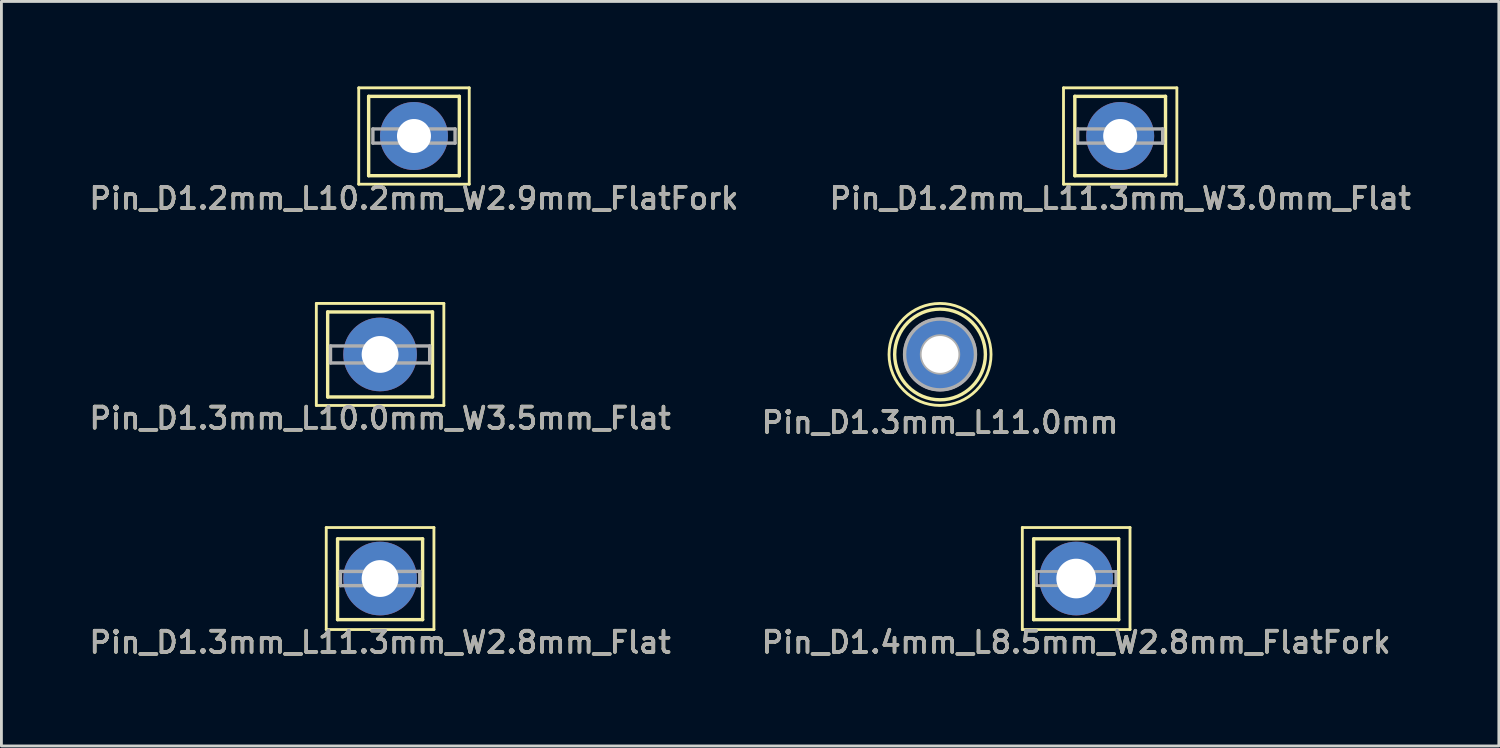
<source format=kicad_pcb>
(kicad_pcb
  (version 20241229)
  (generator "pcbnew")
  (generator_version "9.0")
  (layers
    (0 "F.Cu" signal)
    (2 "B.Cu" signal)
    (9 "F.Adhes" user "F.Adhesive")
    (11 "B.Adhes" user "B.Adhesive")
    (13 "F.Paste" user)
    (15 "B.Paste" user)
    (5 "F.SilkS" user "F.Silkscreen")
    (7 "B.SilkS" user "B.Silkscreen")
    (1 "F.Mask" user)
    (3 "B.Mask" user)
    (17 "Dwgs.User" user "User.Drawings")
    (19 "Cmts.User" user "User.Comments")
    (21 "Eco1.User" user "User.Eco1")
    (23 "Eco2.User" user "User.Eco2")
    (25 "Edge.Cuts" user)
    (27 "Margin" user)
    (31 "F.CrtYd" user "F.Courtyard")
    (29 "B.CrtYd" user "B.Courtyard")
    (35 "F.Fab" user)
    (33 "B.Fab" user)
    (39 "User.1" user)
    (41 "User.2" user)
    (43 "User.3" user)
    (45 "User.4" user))
  (footprint "Pin_D1.3mm_L11.0mm"
    (layer "F.Cu")
    (at 30.123 9.458)
    (property "Reference" "Pin_D1.3mm_L11.0mm" (at 0 2.4 0) (layer "F.SilkS") (effects (font (size 0.75 0.75) (thickness 0.125))))
    (attr through_hole)
    (fp_circle (center 0 0) (end 1.6 0.05) (stroke (width 0.12) (type solid)) (fill no) (layer "F.SilkS"))
    (fp_circle (center 0 0) (end 1.8 0) (stroke (width 0.1) (type solid)) (fill no) (layer "F.SilkS"))
    (fp_circle (center 0 0) (end 0.65 -0.05) (stroke (width 0.12) (type solid)) (fill no) (layer "F.Fab"))
    (fp_circle (center 0 0) (end 1.25 -0.05) (stroke (width 0.12) (type solid)) (fill no) (layer "F.Fab"))
    (fp_text user "${REFERENCE}" (at 0 2.4 0) (layer "F.Fab") (effects (font (size 0.75 0.75) (thickness 0.125))))
    (pad "1" thru_hole circle (at 0 0) (size 2.6 2.6) (drill 1.3) (layers "*.Cu" "*.Mask")))
  (footprint "Pin_D1.4mm_L8.5mm_W2.8mm_FlatFork"
    (layer "F.Cu")
    (at 34.927 17.366)
    (property "Reference" "Pin_D1.4mm_L8.5mm_W2.8mm_FlatFork" (at 0 2.25 0) (layer "F.SilkS") (effects (font (size 0.75 0.75) (thickness 0.125))))
    (attr through_hole)
    (fp_line (start -1.9 -1.8) (end -1.9 1.8) (stroke (width 0.1) (type solid)) (layer "F.SilkS"))
    (fp_line (start -1.9 -1.8) (end 1.9 -1.8) (stroke (width 0.1) (type solid)) (layer "F.SilkS"))
    (fp_line (start -1.5 -1.4) (end -1.5 1.45) (stroke (width 0.12) (type solid)) (layer "F.SilkS"))
    (fp_line (start -1.5 -1.4) (end 1.5 -1.4) (stroke (width 0.12) (type solid)) (layer "F.SilkS"))
    (fp_line (start -1.5 1.45) (end 1.5 1.45) (stroke (width 0.12) (type solid)) (layer "F.SilkS"))
    (fp_line (start 1.5 -1.4) (end 1.5 1.45) (stroke (width 0.12) (type solid)) (layer "F.SilkS"))
    (fp_line (start 1.9 1.8) (end -1.9 1.8) (stroke (width 0.1) (type solid)) (layer "F.SilkS"))
    (fp_line (start 1.9 1.8) (end 1.9 -1.8) (stroke (width 0.1) (type solid)) (layer "F.SilkS"))
    (fp_line (start -1.4 -0.25) (end 1.4 -0.25) (stroke (width 0.1) (type solid)) (layer "F.Fab"))
    (fp_line (start -1.4 0.25) (end -1.4 -0.25) (stroke (width 0.1) (type solid)) (layer "F.Fab"))
    (fp_line (start 1.4 -0.25) (end 1.4 0.25) (stroke (width 0.1) (type solid)) (layer "F.Fab"))
    (fp_line (start 1.4 0.25) (end -1.4 0.25) (stroke (width 0.1) (type solid)) (layer "F.Fab"))
    (fp_text user "${REFERENCE}" (at 0 2.25 0) (layer "F.Fab") (effects (font (size 0.75 0.75) (thickness 0.125))))
    (pad "1" thru_hole circle (at 0 0) (size 2.6 2.6) (drill 1.4) (layers "*.Cu" "*.Mask")))
  (footprint "Pin_D1.3mm_L11.3mm_W2.8mm_Flat"
    (layer "F.Cu")
    (at 10.363 17.366)
    (property "Reference" "Pin_D1.3mm_L11.3mm_W2.8mm_Flat" (at 0 2.25 0) (layer "F.SilkS") (effects (font (size 0.75 0.75) (thickness 0.125))))
    (attr through_hole)
    (fp_line (start -1.9 -1.8) (end -1.9 1.8) (stroke (width 0.1) (type solid)) (layer "F.SilkS"))
    (fp_line (start -1.9 -1.8) (end 1.9 -1.8) (stroke (width 0.1) (type solid)) (layer "F.SilkS"))
    (fp_line (start -1.5 -1.4) (end -1.5 1.45) (stroke (width 0.12) (type solid)) (layer "F.SilkS"))
    (fp_line (start -1.5 -1.4) (end 1.5 -1.4) (stroke (width 0.12) (type solid)) (layer "F.SilkS"))
    (fp_line (start -1.5 1.45) (end 1.5 1.45) (stroke (width 0.12) (type solid)) (layer "F.SilkS"))
    (fp_line (start 1.5 -1.4) (end 1.5 1.45) (stroke (width 0.12) (type solid)) (layer "F.SilkS"))
    (fp_line (start 1.9 1.8) (end -1.9 1.8) (stroke (width 0.1) (type solid)) (layer "F.SilkS"))
    (fp_line (start 1.9 1.8) (end 1.9 -1.8) (stroke (width 0.1) (type solid)) (layer "F.SilkS"))
    (fp_line (start -1.4 -0.25) (end 1.4 -0.25) (stroke (width 0.12) (type solid)) (layer "F.Fab"))
    (fp_line (start -1.4 0.25) (end -1.4 -0.25) (stroke (width 0.12) (type solid)) (layer "F.Fab"))
    (fp_line (start 1.4 -0.25) (end 1.4 0.25) (stroke (width 0.12) (type solid)) (layer "F.Fab"))
    (fp_line (start 1.4 0.25) (end -1.4 0.25) (stroke (width 0.12) (type solid)) (layer "F.Fab"))
    (fp_text user "${REFERENCE}" (at 0 2.25 0) (layer "F.Fab") (effects (font (size 0.75 0.75) (thickness 0.125))))
    (pad "1" thru_hole circle (at 0 0) (size 2.6 2.6) (drill 1.3) (layers "*.Cu" "*.Mask")))
  (footprint "Pin_D1.2mm_L10.2mm_W2.9mm_FlatFork"
    (layer "F.Cu")
    (at 11.559 1.75)
    (property "Reference" "Pin_D1.2mm_L10.2mm_W2.9mm_FlatFork" (at 0 2.2 0) (layer "F.SilkS") (effects (font (size 0.75 0.75) (thickness 0.125))))
    (attr through_hole)
    (fp_line (start -1.95 -1.7) (end -1.95 1.7) (stroke (width 0.1) (type solid)) (layer "F.SilkS"))
    (fp_line (start -1.95 -1.7) (end 1.95 -1.7) (stroke (width 0.1) (type solid)) (layer "F.SilkS"))
    (fp_line (start -1.6 -1.4) (end 1.6 -1.4) (stroke (width 0.12) (type solid)) (layer "F.SilkS"))
    (fp_line (start -1.6 1.4) (end -1.6 -1.4) (stroke (width 0.12) (type solid)) (layer "F.SilkS"))
    (fp_line (start 1.6 -1.4) (end 1.6 1.4) (stroke (width 0.12) (type solid)) (layer "F.SilkS"))
    (fp_line (start 1.6 1.4) (end -1.6 1.4) (stroke (width 0.12) (type solid)) (layer "F.SilkS"))
    (fp_line (start 1.95 1.7) (end -1.95 1.7) (stroke (width 0.1) (type solid)) (layer "F.SilkS"))
    (fp_line (start 1.95 1.7) (end 1.95 -1.7) (stroke (width 0.1) (type solid)) (layer "F.SilkS"))
    (fp_line (start -1.45 -0.25) (end 1.45 -0.25) (stroke (width 0.12) (type solid)) (layer "F.Fab"))
    (fp_line (start -1.45 0.25) (end -1.45 -0.25) (stroke (width 0.12) (type solid)) (layer "F.Fab"))
    (fp_line (start 1.45 -0.25) (end 1.45 0.25) (stroke (width 0.12) (type solid)) (layer "F.Fab"))
    (fp_line (start 1.45 0.25) (end -1.45 0.25) (stroke (width 0.12) (type solid)) (layer "F.Fab"))
    (fp_text user "${REFERENCE}" (at 0 2.2 0) (layer "F.Fab") (effects (font (size 0.75 0.75) (thickness 0.125))))
    (pad "1" thru_hole circle (at 0 0) (size 2.4 2.4) (drill 1.2) (layers "*.Cu" "*.Mask")))
  (footprint "Pin_D1.3mm_L10.0mm_W3.5mm_Flat"
    (layer "F.Cu")
    (at 10.363 9.458)
    (property "Reference" "Pin_D1.3mm_L10.0mm_W3.5mm_Flat" (at 0 2.25 0) (layer "F.SilkS") (effects (font (size 0.75 0.75) (thickness 0.125))))
    (attr through_hole)
    (fp_line (start -2.25 -1.8) (end -2.25 1.8) (stroke (width 0.1) (type solid)) (layer "F.SilkS"))
    (fp_line (start -2.25 -1.8) (end 2.25 -1.8) (stroke (width 0.1) (type solid)) (layer "F.SilkS"))
    (fp_line (start -1.85 -1.5) (end -1.85 1.5) (stroke (width 0.12) (type solid)) (layer "F.SilkS"))
    (fp_line (start -1.85 -1.5) (end 1.85 -1.5) (stroke (width 0.12) (type solid)) (layer "F.SilkS"))
    (fp_line (start 1.85 -1.5) (end 1.85 1.5) (stroke (width 0.12) (type solid)) (layer "F.SilkS"))
    (fp_line (start 1.85 1.5) (end -1.85 1.5) (stroke (width 0.12) (type solid)) (layer "F.SilkS"))
    (fp_line (start 2.25 1.8) (end -2.25 1.8) (stroke (width 0.1) (type solid)) (layer "F.SilkS"))
    (fp_line (start 2.25 1.8) (end 2.25 -1.8) (stroke (width 0.1) (type solid)) (layer "F.SilkS"))
    (fp_line (start -1.75 -0.3) (end 1.75 -0.3) (stroke (width 0.12) (type solid)) (layer "F.Fab"))
    (fp_line (start -1.75 0.3) (end -1.75 -0.3) (stroke (width 0.12) (type solid)) (layer "F.Fab"))
    (fp_line (start 1.75 -0.3) (end 1.75 0.3) (stroke (width 0.12) (type solid)) (layer "F.Fab"))
    (fp_line (start 1.75 0.3) (end -1.75 0.3) (stroke (width 0.12) (type solid)) (layer "F.Fab"))
    (fp_text user "${REFERENCE}" (at 0 2.25 0) (layer "F.Fab") (effects (font (size 0.75 0.75) (thickness 0.125))))
    (pad "1" thru_hole circle (at 0 0) (size 2.6 2.6) (drill 1.3) (layers "*.Cu" "*.Mask")))
  (footprint "Pin_D1.2mm_L11.3mm_W3.0mm_Flat"
    (layer "F.Cu")
    (at 36.48 1.75)
    (property "Reference" "Pin_D1.2mm_L11.3mm_W3.0mm_Flat" (at 0 2.2 0) (layer "F.SilkS") (effects (font (size 0.75 0.75) (thickness 0.125))))
    (attr through_hole)
    (fp_line (start -2 -1.7) (end -2 1.7) (stroke (width 0.1) (type solid)) (layer "F.SilkS"))
    (fp_line (start -2 -1.7) (end 2 -1.7) (stroke (width 0.1) (type solid)) (layer "F.SilkS"))
    (fp_line (start -1.6 -1.4) (end 1.6 -1.4) (stroke (width 0.12) (type solid)) (layer "F.SilkS"))
    (fp_line (start -1.6 1.4) (end -1.6 -1.4) (stroke (width 0.12) (type solid)) (layer "F.SilkS"))
    (fp_line (start 1.6 -1.4) (end 1.6 1.4) (stroke (width 0.12) (type solid)) (layer "F.SilkS"))
    (fp_line (start 1.6 1.4) (end -1.6 1.4) (stroke (width 0.12) (type solid)) (layer "F.SilkS"))
    (fp_line (start 2 1.7) (end -2 1.7) (stroke (width 0.1) (type solid)) (layer "F.SilkS"))
    (fp_line (start 2 1.7) (end 2 -1.7) (stroke (width 0.1) (type solid)) (layer "F.SilkS"))
    (fp_line (start -1.5 -0.25) (end 1.5 -0.25) (stroke (width 0.12) (type solid)) (layer "F.Fab"))
    (fp_line (start -1.5 0.25) (end -1.5 -0.25) (stroke (width 0.12) (type solid)) (layer "F.Fab"))
    (fp_line (start 1.5 -0.25) (end 1.5 0.25) (stroke (width 0.12) (type solid)) (layer "F.Fab"))
    (fp_line (start 1.5 0.25) (end -1.5 0.25) (stroke (width 0.12) (type solid)) (layer "F.Fab"))
    (fp_text user "${REFERENCE}" (at 0 2.2 0) (layer "F.Fab") (effects (font (size 0.75 0.75) (thickness 0.125))))
    (pad "1" thru_hole circle (at 0 0) (size 2.4 2.4) (drill 1.2) (layers "*.Cu" "*.Mask")))
  (gr_rect
    (start -3 -3)
    (end 49.843 23.274)
    (stroke (width 0.1) (type default))
    (fill no)
    (layer "Edge.Cuts")))
</source>
